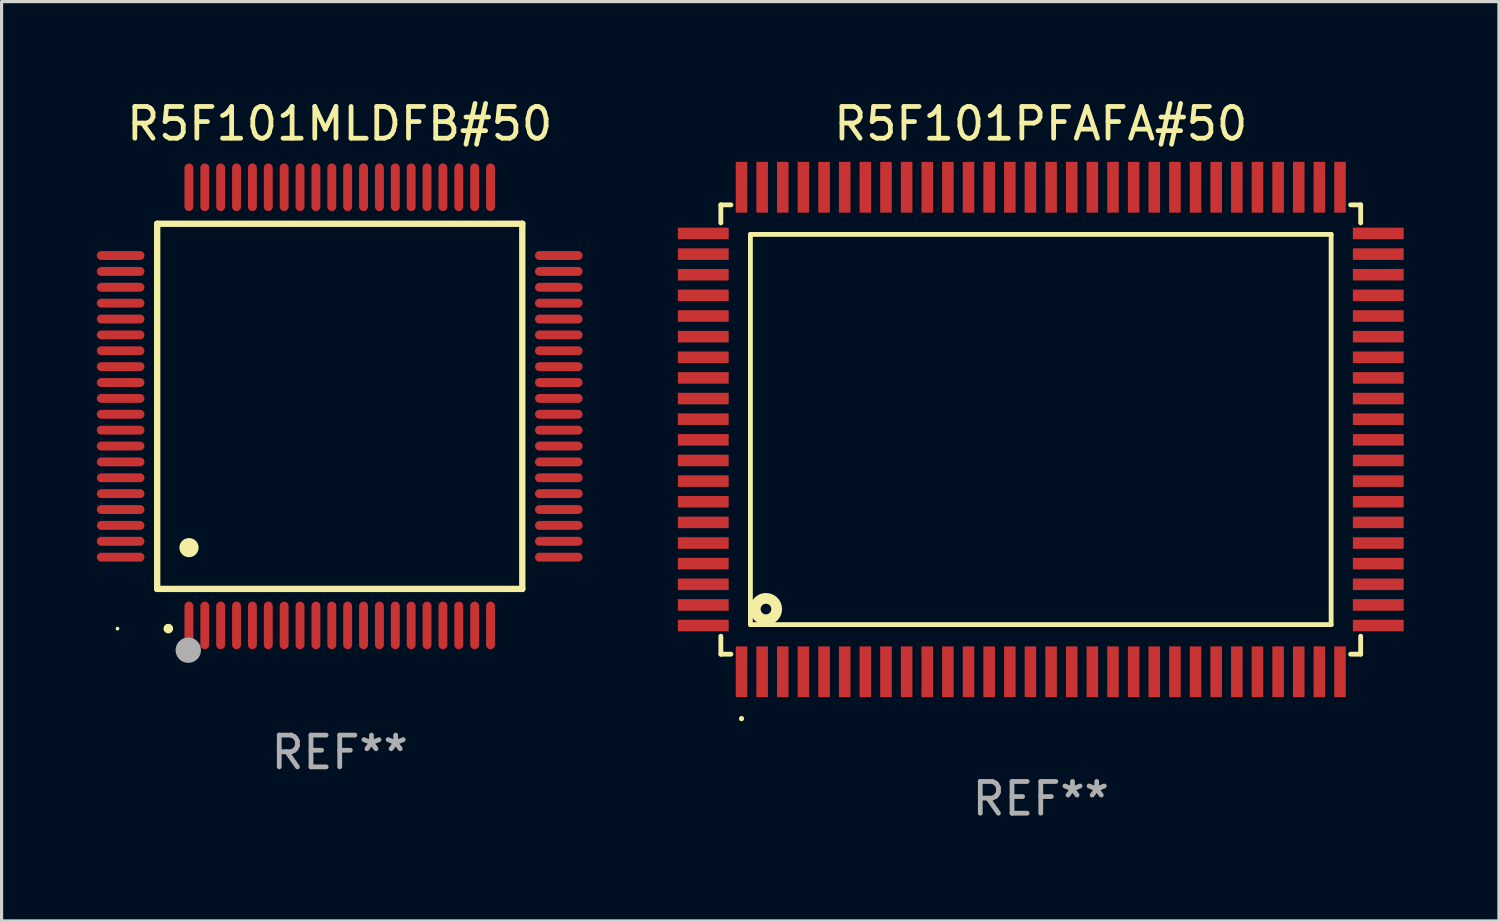
<source format=kicad_pcb>
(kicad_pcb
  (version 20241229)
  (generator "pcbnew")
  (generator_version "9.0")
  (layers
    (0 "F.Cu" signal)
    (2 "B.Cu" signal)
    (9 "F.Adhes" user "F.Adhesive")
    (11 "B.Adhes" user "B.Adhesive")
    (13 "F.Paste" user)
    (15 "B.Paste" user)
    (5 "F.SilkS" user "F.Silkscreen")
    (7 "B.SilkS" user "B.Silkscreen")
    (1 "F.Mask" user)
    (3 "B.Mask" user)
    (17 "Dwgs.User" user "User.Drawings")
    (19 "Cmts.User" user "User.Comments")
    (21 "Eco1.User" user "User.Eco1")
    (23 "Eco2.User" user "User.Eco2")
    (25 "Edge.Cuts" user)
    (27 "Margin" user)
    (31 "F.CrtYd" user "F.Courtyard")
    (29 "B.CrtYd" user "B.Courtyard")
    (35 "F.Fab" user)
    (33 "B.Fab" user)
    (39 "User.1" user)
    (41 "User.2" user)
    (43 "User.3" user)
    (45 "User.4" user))
  (footprint "R5F101MLDFB#50"
    (layer "F.Cu")
    (at 7.65 9.748)
    (property "Reference" "R5F101MLDFB#50" (at 0 -8.9 0) (layer "F.SilkS") (effects (font (size 1 1) (thickness 0.15))))
    (attr through_hole)
    (fp_line (start -5.75 -5.75) (end 5.75 -5.75) (stroke (width 0.2) (type solid)) (layer "F.SilkS"))
    (fp_line (start -5.75 5.75) (end -5.75 -5.75) (stroke (width 0.2) (type solid)) (layer "F.SilkS"))
    (fp_line (start 5.75 -5.75) (end 5.75 5.75) (stroke (width 0.2) (type solid)) (layer "F.SilkS"))
    (fp_line (start 5.75 5.75) (end -5.75 5.75) (stroke (width 0.2) (type solid)) (layer "F.SilkS"))
    (fp_arc (start -5.400051 7.000254) (mid -5.398781 7.000249) (end -5.397511 7.000254) (stroke (width 0.3) (type solid)) (layer "F.SilkS"))
    (fp_arc (start -4.749809 4.450089) (mid -4.747269 4.450078) (end -4.744729 4.450089) (stroke (width 0.6) (type solid)) (layer "F.SilkS"))
    (fp_circle (center -7 7) (end -6.97 7) (stroke (width 0.06) (type solid)) (fill no) (layer "F.SilkS"))
    (fp_circle (center -4.77 7.68) (end -4.57 7.68) (stroke (width 0.4) (type solid)) (fill no) (layer "F.Fab"))
    (fp_text user "REF**" (at 0 10.9 0) (layer "F.Fab") (effects (font (size 1 1) (thickness 0.15))))
    (pad "1" smd oval (at -4.75 6.9) (size 0.28 1.5) (layers "F.Cu" "F.Mask" "F.Paste"))
    (pad "2" smd oval (at -4.25 6.9) (size 0.28 1.5) (layers "F.Cu" "F.Mask" "F.Paste"))
    (pad "3" smd oval (at -3.75 6.9) (size 0.28 1.5) (layers "F.Cu" "F.Mask" "F.Paste"))
    (pad "4" smd oval (at -3.25 6.9) (size 0.28 1.5) (layers "F.Cu" "F.Mask" "F.Paste"))
    (pad "5" smd oval (at -2.75 6.9) (size 0.28 1.5) (layers "F.Cu" "F.Mask" "F.Paste"))
    (pad "6" smd oval (at -2.25 6.9) (size 0.28 1.5) (layers "F.Cu" "F.Mask" "F.Paste"))
    (pad "7" smd oval (at -1.75 6.9) (size 0.28 1.5) (layers "F.Cu" "F.Mask" "F.Paste"))
    (pad "8" smd oval (at -1.25 6.9) (size 0.28 1.5) (layers "F.Cu" "F.Mask" "F.Paste"))
    (pad "9" smd oval (at -0.75 6.9) (size 0.28 1.5) (layers "F.Cu" "F.Mask" "F.Paste"))
    (pad "10" smd oval (at -0.25 6.9) (size 0.28 1.5) (layers "F.Cu" "F.Mask" "F.Paste"))
    (pad "11" smd oval (at 0.25 6.9) (size 0.28 1.5) (layers "F.Cu" "F.Mask" "F.Paste"))
    (pad "12" smd oval (at 0.75 6.9) (size 0.28 1.5) (layers "F.Cu" "F.Mask" "F.Paste"))
    (pad "13" smd oval (at 1.25 6.9) (size 0.28 1.5) (layers "F.Cu" "F.Mask" "F.Paste"))
    (pad "14" smd oval (at 1.75 6.9) (size 0.28 1.5) (layers "F.Cu" "F.Mask" "F.Paste"))
    (pad "15" smd oval (at 2.25 6.9) (size 0.28 1.5) (layers "F.Cu" "F.Mask" "F.Paste"))
    (pad "16" smd oval (at 2.75 6.9) (size 0.28 1.5) (layers "F.Cu" "F.Mask" "F.Paste"))
    (pad "17" smd oval (at 3.25 6.9) (size 0.28 1.5) (layers "F.Cu" "F.Mask" "F.Paste"))
    (pad "18" smd oval (at 3.75 6.9) (size 0.28 1.5) (layers "F.Cu" "F.Mask" "F.Paste"))
    (pad "19" smd oval (at 4.25 6.9) (size 0.28 1.5) (layers "F.Cu" "F.Mask" "F.Paste"))
    (pad "20" smd oval (at 4.75 6.9) (size 0.28 1.5) (layers "F.Cu" "F.Mask" "F.Paste"))
    (pad "21" smd oval (at 6.9 4.75) (size 1.5 0.28) (layers "F.Cu" "F.Mask" "F.Paste"))
    (pad "22" smd oval (at 6.9 4.25) (size 1.5 0.28) (layers "F.Cu" "F.Mask" "F.Paste"))
    (pad "23" smd oval (at 6.9 3.75) (size 1.5 0.28) (layers "F.Cu" "F.Mask" "F.Paste"))
    (pad "24" smd oval (at 6.9 3.25) (size 1.5 0.28) (layers "F.Cu" "F.Mask" "F.Paste"))
    (pad "25" smd oval (at 6.9 2.75) (size 1.5 0.28) (layers "F.Cu" "F.Mask" "F.Paste"))
    (pad "26" smd oval (at 6.9 2.25) (size 1.5 0.28) (layers "F.Cu" "F.Mask" "F.Paste"))
    (pad "27" smd oval (at 6.9 1.75) (size 1.5 0.28) (layers "F.Cu" "F.Mask" "F.Paste"))
    (pad "28" smd oval (at 6.9 1.25) (size 1.5 0.28) (layers "F.Cu" "F.Mask" "F.Paste"))
    (pad "29" smd oval (at 6.9 0.75) (size 1.5 0.28) (layers "F.Cu" "F.Mask" "F.Paste"))
    (pad "30" smd oval (at 6.9 0.25) (size 1.5 0.28) (layers "F.Cu" "F.Mask" "F.Paste"))
    (pad "31" smd oval (at 6.9 -0.25) (size 1.5 0.28) (layers "F.Cu" "F.Mask" "F.Paste"))
    (pad "32" smd oval (at 6.9 -0.75) (size 1.5 0.28) (layers "F.Cu" "F.Mask" "F.Paste"))
    (pad "33" smd oval (at 6.9 -1.25) (size 1.5 0.28) (layers "F.Cu" "F.Mask" "F.Paste"))
    (pad "34" smd oval (at 6.9 -1.75) (size 1.5 0.28) (layers "F.Cu" "F.Mask" "F.Paste"))
    (pad "35" smd oval (at 6.9 -2.25) (size 1.5 0.28) (layers "F.Cu" "F.Mask" "F.Paste"))
    (pad "36" smd oval (at 6.9 -2.75) (size 1.5 0.28) (layers "F.Cu" "F.Mask" "F.Paste"))
    (pad "37" smd oval (at 6.9 -3.25) (size 1.5 0.28) (layers "F.Cu" "F.Mask" "F.Paste"))
    (pad "38" smd oval (at 6.9 -3.75) (size 1.5 0.28) (layers "F.Cu" "F.Mask" "F.Paste"))
    (pad "39" smd oval (at 6.9 -4.25) (size 1.5 0.28) (layers "F.Cu" "F.Mask" "F.Paste"))
    (pad "40" smd oval (at 6.9 -4.75) (size 1.5 0.28) (layers "F.Cu" "F.Mask" "F.Paste"))
    (pad "41" smd oval (at 4.75 -6.9) (size 0.28 1.5) (layers "F.Cu" "F.Mask" "F.Paste"))
    (pad "42" smd oval (at 4.25 -6.9) (size 0.28 1.5) (layers "F.Cu" "F.Mask" "F.Paste"))
    (pad "43" smd oval (at 3.75 -6.9) (size 0.28 1.5) (layers "F.Cu" "F.Mask" "F.Paste"))
    (pad "44" smd oval (at 3.25 -6.9) (size 0.28 1.5) (layers "F.Cu" "F.Mask" "F.Paste"))
    (pad "45" smd oval (at 2.75 -6.9) (size 0.28 1.5) (layers "F.Cu" "F.Mask" "F.Paste"))
    (pad "46" smd oval (at 2.25 -6.9) (size 0.28 1.5) (layers "F.Cu" "F.Mask" "F.Paste"))
    (pad "47" smd oval (at 1.75 -6.9) (size 0.28 1.5) (layers "F.Cu" "F.Mask" "F.Paste"))
    (pad "48" smd oval (at 1.25 -6.9) (size 0.28 1.5) (layers "F.Cu" "F.Mask" "F.Paste"))
    (pad "49" smd oval (at 0.75 -6.9) (size 0.28 1.5) (layers "F.Cu" "F.Mask" "F.Paste"))
    (pad "50" smd oval (at 0.25 -6.9) (size 0.28 1.5) (layers "F.Cu" "F.Mask" "F.Paste"))
    (pad "51" smd oval (at -0.25 -6.9) (size 0.28 1.5) (layers "F.Cu" "F.Mask" "F.Paste"))
    (pad "52" smd oval (at -0.75 -6.9) (size 0.28 1.5) (layers "F.Cu" "F.Mask" "F.Paste"))
    (pad "53" smd oval (at -1.25 -6.9) (size 0.28 1.5) (layers "F.Cu" "F.Mask" "F.Paste"))
    (pad "54" smd oval (at -1.75 -6.9) (size 0.28 1.5) (layers "F.Cu" "F.Mask" "F.Paste"))
    (pad "55" smd oval (at -2.25 -6.9) (size 0.28 1.5) (layers "F.Cu" "F.Mask" "F.Paste"))
    (pad "56" smd oval (at -2.75 -6.9) (size 0.28 1.5) (layers "F.Cu" "F.Mask" "F.Paste"))
    (pad "57" smd oval (at -3.25 -6.9) (size 0.28 1.5) (layers "F.Cu" "F.Mask" "F.Paste"))
    (pad "58" smd oval (at -3.75 -6.9) (size 0.28 1.5) (layers "F.Cu" "F.Mask" "F.Paste"))
    (pad "59" smd oval (at -4.25 -6.9) (size 0.28 1.5) (layers "F.Cu" "F.Mask" "F.Paste"))
    (pad "60" smd oval (at -4.75 -6.9) (size 0.28 1.5) (layers "F.Cu" "F.Mask" "F.Paste"))
    (pad "61" smd oval (at -6.9 -4.75) (size 1.5 0.28) (layers "F.Cu" "F.Mask" "F.Paste"))
    (pad "62" smd oval (at -6.9 -4.25) (size 1.5 0.28) (layers "F.Cu" "F.Mask" "F.Paste"))
    (pad "63" smd oval (at -6.9 -3.75) (size 1.5 0.28) (layers "F.Cu" "F.Mask" "F.Paste"))
    (pad "64" smd oval (at -6.9 -3.25) (size 1.5 0.28) (layers "F.Cu" "F.Mask" "F.Paste"))
    (pad "65" smd oval (at -6.9 -2.75) (size 1.5 0.28) (layers "F.Cu" "F.Mask" "F.Paste"))
    (pad "66" smd oval (at -6.9 -2.25) (size 1.5 0.28) (layers "F.Cu" "F.Mask" "F.Paste"))
    (pad "67" smd oval (at -6.9 -1.75) (size 1.5 0.28) (layers "F.Cu" "F.Mask" "F.Paste"))
    (pad "68" smd oval (at -6.9 -1.25) (size 1.5 0.28) (layers "F.Cu" "F.Mask" "F.Paste"))
    (pad "69" smd oval (at -6.9 -0.75) (size 1.5 0.28) (layers "F.Cu" "F.Mask" "F.Paste"))
    (pad "70" smd oval (at -6.9 -0.25) (size 1.5 0.28) (layers "F.Cu" "F.Mask" "F.Paste"))
    (pad "71" smd oval (at -6.9 0.25) (size 1.5 0.28) (layers "F.Cu" "F.Mask" "F.Paste"))
    (pad "72" smd oval (at -6.9 0.75) (size 1.5 0.28) (layers "F.Cu" "F.Mask" "F.Paste"))
    (pad "73" smd oval (at -6.9 1.25) (size 1.5 0.28) (layers "F.Cu" "F.Mask" "F.Paste"))
    (pad "74" smd oval (at -6.9 1.75) (size 1.5 0.28) (layers "F.Cu" "F.Mask" "F.Paste"))
    (pad "75" smd oval (at -6.9 2.25) (size 1.5 0.28) (layers "F.Cu" "F.Mask" "F.Paste"))
    (pad "76" smd oval (at -6.9 2.75) (size 1.5 0.28) (layers "F.Cu" "F.Mask" "F.Paste"))
    (pad "77" smd oval (at -6.9 3.25) (size 1.5 0.28) (layers "F.Cu" "F.Mask" "F.Paste"))
    (pad "78" smd oval (at -6.9 3.75) (size 1.5 0.28) (layers "F.Cu" "F.Mask" "F.Paste"))
    (pad "79" smd oval (at -6.9 4.25) (size 1.5 0.28) (layers "F.Cu" "F.Mask" "F.Paste"))
    (pad "80" smd oval (at -6.9 4.75) (size 1.5 0.28) (layers "F.Cu" "F.Mask" "F.Paste")))
  (footprint "R5F101PFAFA#50"
    (layer "F.Cu")
    (at 29.73 10.478)
    (property "Reference" "R5F101PFAFA#50" (at 0 -9.63 0) (layer "F.SilkS") (effects (font (size 1 1) (thickness 0.15))))
    (attr through_hole)
    (fp_line (start -10.076 -7.076) (end -10.076 -6.509) (stroke (width 0.152) (type solid)) (layer "F.SilkS"))
    (fp_line (start -10.076 7.076) (end -10.076 6.509) (stroke (width 0.152) (type solid)) (layer "F.SilkS"))
    (fp_line (start -9.759 -7.076) (end -10.076 -7.076) (stroke (width 0.152) (type solid)) (layer "F.SilkS"))
    (fp_line (start -9.759 7.076) (end -10.076 7.076) (stroke (width 0.152) (type solid)) (layer "F.SilkS"))
    (fp_line (start -9.145 -6.145) (end 9.145 -6.145) (stroke (width 0.152) (type solid)) (layer "F.SilkS"))
    (fp_line (start -9.145 6.145) (end -9.145 -6.145) (stroke (width 0.152) (type solid)) (layer "F.SilkS"))
    (fp_line (start 9.145 -6.145) (end 9.145 6.145) (stroke (width 0.152) (type solid)) (layer "F.SilkS"))
    (fp_line (start 9.145 6.145) (end -9.145 6.145) (stroke (width 0.152) (type solid)) (layer "F.SilkS"))
    (fp_line (start 9.759 -7.076) (end 10.076 -7.076) (stroke (width 0.152) (type solid)) (layer "F.SilkS"))
    (fp_line (start 9.759 7.076) (end 10.076 7.076) (stroke (width 0.152) (type solid)) (layer "F.SilkS"))
    (fp_line (start 10.076 -7.076) (end 10.076 -6.509) (stroke (width 0.152) (type solid)) (layer "F.SilkS"))
    (fp_line (start 10.076 7.076) (end 10.076 6.509) (stroke (width 0.152) (type solid)) (layer "F.SilkS"))
    (fp_circle (center -9.425 9.105) (end -9.384 9.105) (stroke (width 0.081) (type solid)) (fill no) (layer "F.SilkS"))
    (fp_circle (center -8.655 5.655) (end -8.487 5.655) (stroke (width 0.338) (type solid)) (fill no) (layer "F.SilkS"))
    (fp_text user "REF**" (at 0 11.63 0) (layer "F.Fab") (effects (font (size 1 1) (thickness 0.15))))
    (pad "1" smd rect (at -9.425 7.63) (size 0.364 1.6) (layers "F.Cu" "F.Mask" "F.Paste"))
    (pad "2" smd rect (at -8.775 7.63) (size 0.364 1.6) (layers "F.Cu" "F.Mask" "F.Paste"))
    (pad "3" smd rect (at -8.125 7.63) (size 0.364 1.6) (layers "F.Cu" "F.Mask" "F.Paste"))
    (pad "4" smd rect (at -7.475 7.63) (size 0.364 1.6) (layers "F.Cu" "F.Mask" "F.Paste"))
    (pad "5" smd rect (at -6.825 7.63) (size 0.364 1.6) (layers "F.Cu" "F.Mask" "F.Paste"))
    (pad "6" smd rect (at -6.175 7.63) (size 0.364 1.6) (layers "F.Cu" "F.Mask" "F.Paste"))
    (pad "7" smd rect (at -5.525 7.63) (size 0.364 1.6) (layers "F.Cu" "F.Mask" "F.Paste"))
    (pad "8" smd rect (at -4.875 7.63) (size 0.364 1.6) (layers "F.Cu" "F.Mask" "F.Paste"))
    (pad "9" smd rect (at -4.225 7.63) (size 0.364 1.6) (layers "F.Cu" "F.Mask" "F.Paste"))
    (pad "10" smd rect (at -3.575 7.63) (size 0.364 1.6) (layers "F.Cu" "F.Mask" "F.Paste"))
    (pad "11" smd rect (at -2.925 7.63) (size 0.364 1.6) (layers "F.Cu" "F.Mask" "F.Paste"))
    (pad "12" smd rect (at -2.275 7.63) (size 0.364 1.6) (layers "F.Cu" "F.Mask" "F.Paste"))
    (pad "13" smd rect (at -1.625 7.63) (size 0.364 1.6) (layers "F.Cu" "F.Mask" "F.Paste"))
    (pad "14" smd rect (at -0.975 7.63) (size 0.364 1.6) (layers "F.Cu" "F.Mask" "F.Paste"))
    (pad "15" smd rect (at -0.325 7.63) (size 0.364 1.6) (layers "F.Cu" "F.Mask" "F.Paste"))
    (pad "16" smd rect (at 0.325 7.63) (size 0.364 1.6) (layers "F.Cu" "F.Mask" "F.Paste"))
    (pad "17" smd rect (at 0.975 7.63) (size 0.364 1.6) (layers "F.Cu" "F.Mask" "F.Paste"))
    (pad "18" smd rect (at 1.625 7.63) (size 0.364 1.6) (layers "F.Cu" "F.Mask" "F.Paste"))
    (pad "19" smd rect (at 2.275 7.63) (size 0.364 1.6) (layers "F.Cu" "F.Mask" "F.Paste"))
    (pad "20" smd rect (at 2.925 7.63) (size 0.364 1.6) (layers "F.Cu" "F.Mask" "F.Paste"))
    (pad "21" smd rect (at 3.575 7.63) (size 0.364 1.6) (layers "F.Cu" "F.Mask" "F.Paste"))
    (pad "22" smd rect (at 4.225 7.63) (size 0.364 1.6) (layers "F.Cu" "F.Mask" "F.Paste"))
    (pad "23" smd rect (at 4.875 7.63) (size 0.364 1.6) (layers "F.Cu" "F.Mask" "F.Paste"))
    (pad "24" smd rect (at 5.525 7.63) (size 0.364 1.6) (layers "F.Cu" "F.Mask" "F.Paste"))
    (pad "25" smd rect (at 6.175 7.63) (size 0.364 1.6) (layers "F.Cu" "F.Mask" "F.Paste"))
    (pad "26" smd rect (at 6.825 7.63) (size 0.364 1.6) (layers "F.Cu" "F.Mask" "F.Paste"))
    (pad "27" smd rect (at 7.475 7.63) (size 0.364 1.6) (layers "F.Cu" "F.Mask" "F.Paste"))
    (pad "28" smd rect (at 8.125 7.63) (size 0.364 1.6) (layers "F.Cu" "F.Mask" "F.Paste"))
    (pad "29" smd rect (at 8.775 7.63) (size 0.364 1.6) (layers "F.Cu" "F.Mask" "F.Paste"))
    (pad "30" smd rect (at 9.425 7.63) (size 0.364 1.6) (layers "F.Cu" "F.Mask" "F.Paste"))
    (pad "31" smd rect (at 10.63 6.175) (size 1.6 0.364) (layers "F.Cu" "F.Mask" "F.Paste"))
    (pad "32" smd rect (at 10.63 5.525) (size 1.6 0.364) (layers "F.Cu" "F.Mask" "F.Paste"))
    (pad "33" smd rect (at 10.63 4.875) (size 1.6 0.364) (layers "F.Cu" "F.Mask" "F.Paste"))
    (pad "34" smd rect (at 10.63 4.225) (size 1.6 0.364) (layers "F.Cu" "F.Mask" "F.Paste"))
    (pad "35" smd rect (at 10.63 3.575) (size 1.6 0.364) (layers "F.Cu" "F.Mask" "F.Paste"))
    (pad "36" smd rect (at 10.63 2.925) (size 1.6 0.364) (layers "F.Cu" "F.Mask" "F.Paste"))
    (pad "37" smd rect (at 10.63 2.275) (size 1.6 0.364) (layers "F.Cu" "F.Mask" "F.Paste"))
    (pad "38" smd rect (at 10.63 1.625) (size 1.6 0.364) (layers "F.Cu" "F.Mask" "F.Paste"))
    (pad "39" smd rect (at 10.63 0.975) (size 1.6 0.364) (layers "F.Cu" "F.Mask" "F.Paste"))
    (pad "40" smd rect (at 10.63 0.325) (size 1.6 0.364) (layers "F.Cu" "F.Mask" "F.Paste"))
    (pad "41" smd rect (at 10.63 -0.325) (size 1.6 0.364) (layers "F.Cu" "F.Mask" "F.Paste"))
    (pad "42" smd rect (at 10.63 -0.975) (size 1.6 0.364) (layers "F.Cu" "F.Mask" "F.Paste"))
    (pad "43" smd rect (at 10.63 -1.625) (size 1.6 0.364) (layers "F.Cu" "F.Mask" "F.Paste"))
    (pad "44" smd rect (at 10.63 -2.275) (size 1.6 0.364) (layers "F.Cu" "F.Mask" "F.Paste"))
    (pad "45" smd rect (at 10.63 -2.925) (size 1.6 0.364) (layers "F.Cu" "F.Mask" "F.Paste"))
    (pad "46" smd rect (at 10.63 -3.575) (size 1.6 0.364) (layers "F.Cu" "F.Mask" "F.Paste"))
    (pad "47" smd rect (at 10.63 -4.225) (size 1.6 0.364) (layers "F.Cu" "F.Mask" "F.Paste"))
    (pad "48" smd rect (at 10.63 -4.875) (size 1.6 0.364) (layers "F.Cu" "F.Mask" "F.Paste"))
    (pad "49" smd rect (at 10.63 -5.525) (size 1.6 0.364) (layers "F.Cu" "F.Mask" "F.Paste"))
    (pad "50" smd rect (at 10.63 -6.175) (size 1.6 0.364) (layers "F.Cu" "F.Mask" "F.Paste"))
    (pad "51" smd rect (at 9.425 -7.63) (size 0.364 1.6) (layers "F.Cu" "F.Mask" "F.Paste"))
    (pad "52" smd rect (at 8.775 -7.63) (size 0.364 1.6) (layers "F.Cu" "F.Mask" "F.Paste"))
    (pad "53" smd rect (at 8.125 -7.63) (size 0.364 1.6) (layers "F.Cu" "F.Mask" "F.Paste"))
    (pad "54" smd rect (at 7.475 -7.63) (size 0.364 1.6) (layers "F.Cu" "F.Mask" "F.Paste"))
    (pad "55" smd rect (at 6.825 -7.63) (size 0.364 1.6) (layers "F.Cu" "F.Mask" "F.Paste"))
    (pad "56" smd rect (at 6.175 -7.63) (size 0.364 1.6) (layers "F.Cu" "F.Mask" "F.Paste"))
    (pad "57" smd rect (at 5.525 -7.63) (size 0.364 1.6) (layers "F.Cu" "F.Mask" "F.Paste"))
    (pad "58" smd rect (at 4.875 -7.63) (size 0.364 1.6) (layers "F.Cu" "F.Mask" "F.Paste"))
    (pad "59" smd rect (at 4.225 -7.63) (size 0.364 1.6) (layers "F.Cu" "F.Mask" "F.Paste"))
    (pad "60" smd rect (at 3.575 -7.63) (size 0.364 1.6) (layers "F.Cu" "F.Mask" "F.Paste"))
    (pad "61" smd rect (at 2.925 -7.63) (size 0.364 1.6) (layers "F.Cu" "F.Mask" "F.Paste"))
    (pad "62" smd rect (at 2.275 -7.63) (size 0.364 1.6) (layers "F.Cu" "F.Mask" "F.Paste"))
    (pad "63" smd rect (at 1.625 -7.63) (size 0.364 1.6) (layers "F.Cu" "F.Mask" "F.Paste"))
    (pad "64" smd rect (at 0.975 -7.63) (size 0.364 1.6) (layers "F.Cu" "F.Mask" "F.Paste"))
    (pad "65" smd rect (at 0.325 -7.63) (size 0.364 1.6) (layers "F.Cu" "F.Mask" "F.Paste"))
    (pad "66" smd rect (at -0.325 -7.63) (size 0.364 1.6) (layers "F.Cu" "F.Mask" "F.Paste"))
    (pad "67" smd rect (at -0.975 -7.63) (size 0.364 1.6) (layers "F.Cu" "F.Mask" "F.Paste"))
    (pad "68" smd rect (at -1.625 -7.63) (size 0.364 1.6) (layers "F.Cu" "F.Mask" "F.Paste"))
    (pad "69" smd rect (at -2.275 -7.63) (size 0.364 1.6) (layers "F.Cu" "F.Mask" "F.Paste"))
    (pad "70" smd rect (at -2.925 -7.63) (size 0.364 1.6) (layers "F.Cu" "F.Mask" "F.Paste"))
    (pad "71" smd rect (at -3.575 -7.63) (size 0.364 1.6) (layers "F.Cu" "F.Mask" "F.Paste"))
    (pad "72" smd rect (at -4.225 -7.63) (size 0.364 1.6) (layers "F.Cu" "F.Mask" "F.Paste"))
    (pad "73" smd rect (at -4.875 -7.63) (size 0.364 1.6) (layers "F.Cu" "F.Mask" "F.Paste"))
    (pad "74" smd rect (at -5.525 -7.63) (size 0.364 1.6) (layers "F.Cu" "F.Mask" "F.Paste"))
    (pad "75" smd rect (at -6.175 -7.63) (size 0.364 1.6) (layers "F.Cu" "F.Mask" "F.Paste"))
    (pad "76" smd rect (at -6.825 -7.63) (size 0.364 1.6) (layers "F.Cu" "F.Mask" "F.Paste"))
    (pad "77" smd rect (at -7.475 -7.63) (size 0.364 1.6) (layers "F.Cu" "F.Mask" "F.Paste"))
    (pad "78" smd rect (at -8.125 -7.63) (size 0.364 1.6) (layers "F.Cu" "F.Mask" "F.Paste"))
    (pad "79" smd rect (at -8.775 -7.63) (size 0.364 1.6) (layers "F.Cu" "F.Mask" "F.Paste"))
    (pad "80" smd rect (at -9.425 -7.63) (size 0.364 1.6) (layers "F.Cu" "F.Mask" "F.Paste"))
    (pad "81" smd rect (at -10.63 -6.175) (size 1.6 0.364) (layers "F.Cu" "F.Mask" "F.Paste"))
    (pad "82" smd rect (at -10.63 -5.525) (size 1.6 0.364) (layers "F.Cu" "F.Mask" "F.Paste"))
    (pad "83" smd rect (at -10.63 -4.875) (size 1.6 0.364) (layers "F.Cu" "F.Mask" "F.Paste"))
    (pad "84" smd rect (at -10.63 -4.225) (size 1.6 0.364) (layers "F.Cu" "F.Mask" "F.Paste"))
    (pad "85" smd rect (at -10.63 -3.575) (size 1.6 0.364) (layers "F.Cu" "F.Mask" "F.Paste"))
    (pad "86" smd rect (at -10.63 -2.925) (size 1.6 0.364) (layers "F.Cu" "F.Mask" "F.Paste"))
    (pad "87" smd rect (at -10.63 -2.275) (size 1.6 0.364) (layers "F.Cu" "F.Mask" "F.Paste"))
    (pad "88" smd rect (at -10.63 -1.625) (size 1.6 0.364) (layers "F.Cu" "F.Mask" "F.Paste"))
    (pad "89" smd rect (at -10.63 -0.975) (size 1.6 0.364) (layers "F.Cu" "F.Mask" "F.Paste"))
    (pad "90" smd rect (at -10.63 -0.325) (size 1.6 0.364) (layers "F.Cu" "F.Mask" "F.Paste"))
    (pad "91" smd rect (at -10.63 0.325) (size 1.6 0.364) (layers "F.Cu" "F.Mask" "F.Paste"))
    (pad "92" smd rect (at -10.63 0.975) (size 1.6 0.364) (layers "F.Cu" "F.Mask" "F.Paste"))
    (pad "93" smd rect (at -10.63 1.625) (size 1.6 0.364) (layers "F.Cu" "F.Mask" "F.Paste"))
    (pad "94" smd rect (at -10.63 2.275) (size 1.6 0.364) (layers "F.Cu" "F.Mask" "F.Paste"))
    (pad "95" smd rect (at -10.63 2.925) (size 1.6 0.364) (layers "F.Cu" "F.Mask" "F.Paste"))
    (pad "96" smd rect (at -10.63 3.575) (size 1.6 0.364) (layers "F.Cu" "F.Mask" "F.Paste"))
    (pad "97" smd rect (at -10.63 4.225) (size 1.6 0.364) (layers "F.Cu" "F.Mask" "F.Paste"))
    (pad "98" smd rect (at -10.63 4.875) (size 1.6 0.364) (layers "F.Cu" "F.Mask" "F.Paste"))
    (pad "99" smd rect (at -10.63 5.525) (size 1.6 0.364) (layers "F.Cu" "F.Mask" "F.Paste"))
    (pad "100" smd rect (at -10.63 6.175) (size 1.6 0.364) (layers "F.Cu" "F.Mask" "F.Paste")))
  (gr_rect
    (start -3 -3)
    (end 44.16 25.956)
    (stroke (width 0.1) (type default))
    (fill no)
    (layer "Edge.Cuts")))
</source>
